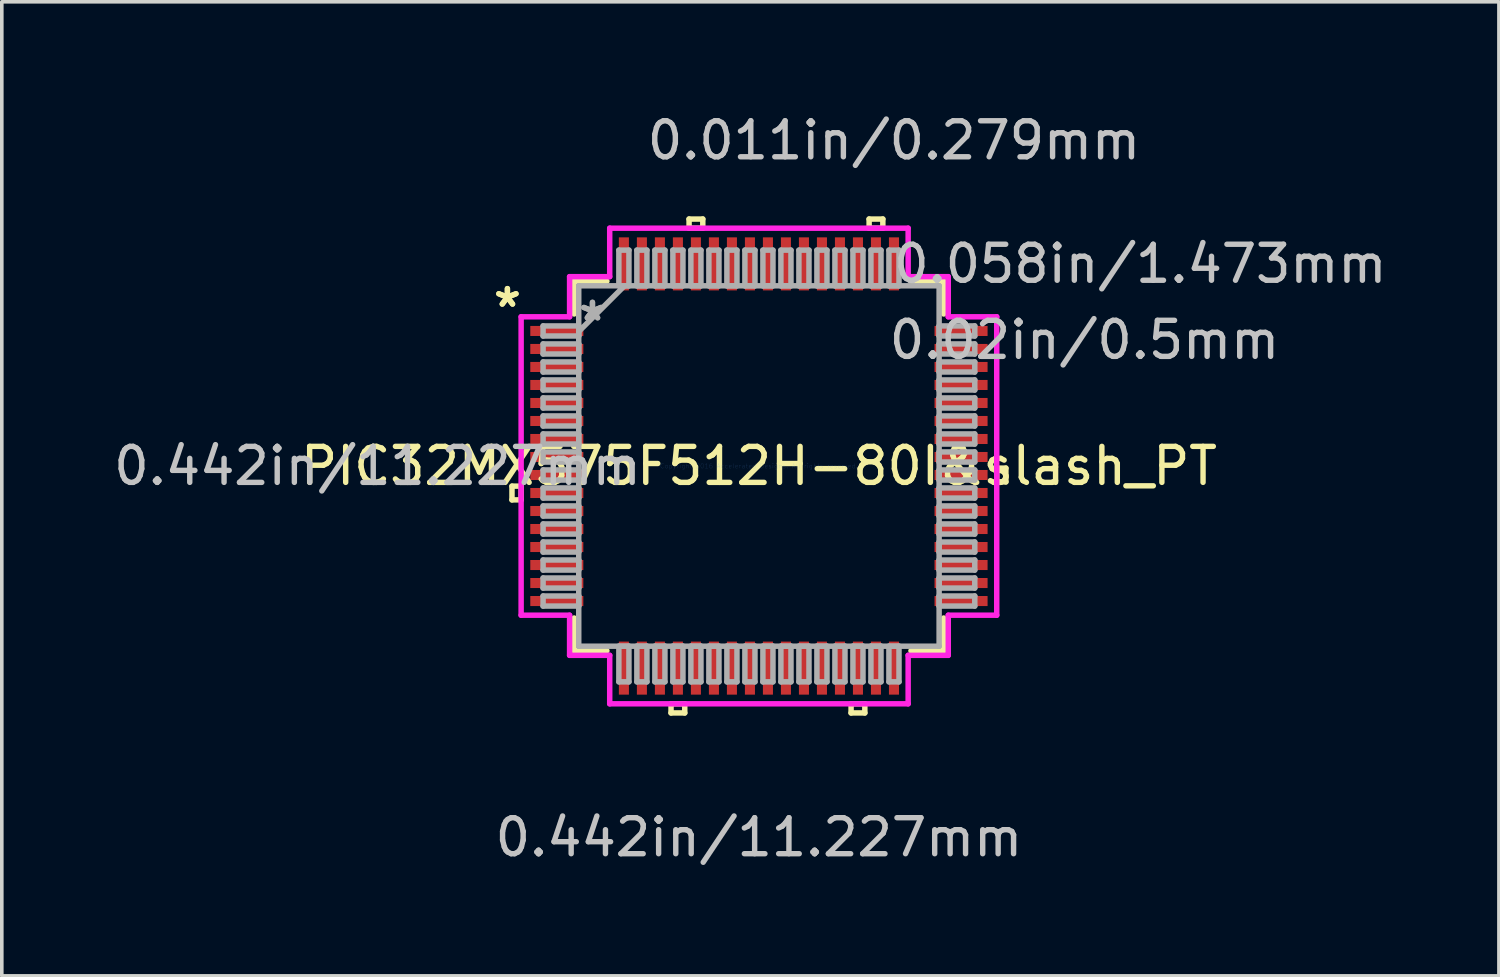
<source format=kicad_pcb>
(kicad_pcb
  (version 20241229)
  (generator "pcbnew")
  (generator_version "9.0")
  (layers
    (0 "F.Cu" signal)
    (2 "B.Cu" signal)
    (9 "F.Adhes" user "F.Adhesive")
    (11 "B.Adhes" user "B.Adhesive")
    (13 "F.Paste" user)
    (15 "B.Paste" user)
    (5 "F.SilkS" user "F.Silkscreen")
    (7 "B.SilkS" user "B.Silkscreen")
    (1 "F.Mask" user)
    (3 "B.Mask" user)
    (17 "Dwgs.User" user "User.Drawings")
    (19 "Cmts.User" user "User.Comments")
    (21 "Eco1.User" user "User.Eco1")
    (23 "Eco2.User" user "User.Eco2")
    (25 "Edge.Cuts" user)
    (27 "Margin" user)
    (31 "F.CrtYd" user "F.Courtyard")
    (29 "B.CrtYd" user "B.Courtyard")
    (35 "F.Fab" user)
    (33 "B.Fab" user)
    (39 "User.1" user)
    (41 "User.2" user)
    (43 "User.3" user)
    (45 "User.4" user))
  (footprint "PIC32MX575F512H-80I&slash_PT"
    (layer "F.Cu")
    (at 18.026 9.891)
    (property "Reference" "PIC32MX575F512H-80I&slash_PT" (at 0 0 0) (layer "F.SilkS") (effects (font (size 1 1) (thickness 0.15))))
    (attr through_hole)
    (fp_line (start -6.858 0.56) (end -6.858 0.941) (stroke (width 0.152) (type solid)) (layer "F.SilkS"))
    (fp_line (start -6.858 0.941) (end -6.604 0.941) (stroke (width 0.152) (type solid)) (layer "F.SilkS"))
    (fp_line (start -6.604 0.56) (end -6.858 0.56) (stroke (width 0.152) (type solid)) (layer "F.SilkS"))
    (fp_line (start -6.604 0.941) (end -6.604 0.56) (stroke (width 0.152) (type solid)) (layer "F.SilkS"))
    (fp_line (start -5.131 -5.131) (end -5.131 -4.222) (stroke (width 0.152) (type solid)) (layer "F.SilkS"))
    (fp_line (start -5.131 4.222) (end -5.131 5.131) (stroke (width 0.152) (type solid)) (layer "F.SilkS"))
    (fp_line (start -5.131 5.131) (end -4.222 5.131) (stroke (width 0.152) (type solid)) (layer "F.SilkS"))
    (fp_line (start -4.222 -5.131) (end -5.131 -5.131) (stroke (width 0.152) (type solid)) (layer "F.SilkS"))
    (fp_line (start -2.441 6.604) (end -2.441 6.858) (stroke (width 0.152) (type solid)) (layer "F.SilkS"))
    (fp_line (start -2.441 6.858) (end -2.06 6.858) (stroke (width 0.152) (type solid)) (layer "F.SilkS"))
    (fp_line (start -2.06 6.604) (end -2.441 6.604) (stroke (width 0.152) (type solid)) (layer "F.SilkS"))
    (fp_line (start -2.06 6.858) (end -2.06 6.604) (stroke (width 0.152) (type solid)) (layer "F.SilkS"))
    (fp_line (start -1.94 -6.858) (end -1.559 -6.858) (stroke (width 0.152) (type solid)) (layer "F.SilkS"))
    (fp_line (start -1.94 -6.604) (end -1.94 -6.858) (stroke (width 0.152) (type solid)) (layer "F.SilkS"))
    (fp_line (start -1.559 -6.858) (end -1.559 -6.604) (stroke (width 0.152) (type solid)) (layer "F.SilkS"))
    (fp_line (start -1.559 -6.604) (end -1.94 -6.604) (stroke (width 0.152) (type solid)) (layer "F.SilkS"))
    (fp_line (start 2.559 6.604) (end 2.559 6.858) (stroke (width 0.152) (type solid)) (layer "F.SilkS"))
    (fp_line (start 2.559 6.858) (end 2.941 6.858) (stroke (width 0.152) (type solid)) (layer "F.SilkS"))
    (fp_line (start 2.941 6.604) (end 2.559 6.604) (stroke (width 0.152) (type solid)) (layer "F.SilkS"))
    (fp_line (start 2.941 6.858) (end 2.941 6.604) (stroke (width 0.152) (type solid)) (layer "F.SilkS"))
    (fp_line (start 3.06 -6.858) (end 3.441 -6.858) (stroke (width 0.152) (type solid)) (layer "F.SilkS"))
    (fp_line (start 3.06 -6.604) (end 3.06 -6.858) (stroke (width 0.152) (type solid)) (layer "F.SilkS"))
    (fp_line (start 3.441 -6.858) (end 3.441 -6.604) (stroke (width 0.152) (type solid)) (layer "F.SilkS"))
    (fp_line (start 3.441 -6.604) (end 3.06 -6.604) (stroke (width 0.152) (type solid)) (layer "F.SilkS"))
    (fp_line (start 4.222 5.131) (end 5.131 5.131) (stroke (width 0.152) (type solid)) (layer "F.SilkS"))
    (fp_line (start 5.131 -5.131) (end 4.222 -5.131) (stroke (width 0.152) (type solid)) (layer "F.SilkS"))
    (fp_line (start 5.131 -4.222) (end 5.131 -5.131) (stroke (width 0.152) (type solid)) (layer "F.SilkS"))
    (fp_line (start 5.131 5.131) (end 5.131 4.222) (stroke (width 0.152) (type solid)) (layer "F.SilkS"))
    (fp_line (start 6.604 0.059) (end 6.858 0.059) (stroke (width 0.152) (type solid)) (layer "F.SilkS"))
    (fp_line (start 6.604 0.441) (end 6.604 0.059) (stroke (width 0.152) (type solid)) (layer "F.SilkS"))
    (fp_line (start 6.858 0.059) (end 6.858 0.441) (stroke (width 0.152) (type solid)) (layer "F.SilkS"))
    (fp_line (start 6.858 0.441) (end 6.604 0.441) (stroke (width 0.152) (type solid)) (layer "F.SilkS"))
    (fp_line (start -6.604 -4.144) (end -5.258 -4.144) (stroke (width 0.152) (type solid)) (layer "F.CrtYd"))
    (fp_line (start -6.604 4.144) (end -6.604 -4.144) (stroke (width 0.152) (type solid)) (layer "F.CrtYd"))
    (fp_line (start -5.258 -5.258) (end -4.144 -5.258) (stroke (width 0.152) (type solid)) (layer "F.CrtYd"))
    (fp_line (start -5.258 -4.144) (end -5.258 -5.258) (stroke (width 0.152) (type solid)) (layer "F.CrtYd"))
    (fp_line (start -5.258 4.144) (end -6.604 4.144) (stroke (width 0.152) (type solid)) (layer "F.CrtYd"))
    (fp_line (start -5.258 5.258) (end -5.258 4.144) (stroke (width 0.152) (type solid)) (layer "F.CrtYd"))
    (fp_line (start -4.144 -6.604) (end 4.144 -6.604) (stroke (width 0.152) (type solid)) (layer "F.CrtYd"))
    (fp_line (start -4.144 -5.258) (end -4.144 -6.604) (stroke (width 0.152) (type solid)) (layer "F.CrtYd"))
    (fp_line (start -4.144 5.258) (end -5.258 5.258) (stroke (width 0.152) (type solid)) (layer "F.CrtYd"))
    (fp_line (start -4.144 6.604) (end -4.144 5.258) (stroke (width 0.152) (type solid)) (layer "F.CrtYd"))
    (fp_line (start 4.144 -6.604) (end 4.144 -5.258) (stroke (width 0.152) (type solid)) (layer "F.CrtYd"))
    (fp_line (start 4.144 -5.258) (end 5.258 -5.258) (stroke (width 0.152) (type solid)) (layer "F.CrtYd"))
    (fp_line (start 4.144 5.258) (end 4.144 6.604) (stroke (width 0.152) (type solid)) (layer "F.CrtYd"))
    (fp_line (start 4.144 6.604) (end -4.144 6.604) (stroke (width 0.152) (type solid)) (layer "F.CrtYd"))
    (fp_line (start 5.258 -5.258) (end 5.258 -4.144) (stroke (width 0.152) (type solid)) (layer "F.CrtYd"))
    (fp_line (start 5.258 -4.144) (end 6.604 -4.144) (stroke (width 0.152) (type solid)) (layer "F.CrtYd"))
    (fp_line (start 5.258 4.144) (end 5.258 5.258) (stroke (width 0.152) (type solid)) (layer "F.CrtYd"))
    (fp_line (start 5.258 5.258) (end 4.144 5.258) (stroke (width 0.152) (type solid)) (layer "F.CrtYd"))
    (fp_line (start 6.604 -4.144) (end 6.604 4.144) (stroke (width 0.152) (type solid)) (layer "F.CrtYd"))
    (fp_line (start 6.604 4.144) (end 5.258 4.144) (stroke (width 0.152) (type solid)) (layer "F.CrtYd"))
    (fp_line (start -5.994 -3.89) (end -5.994 -3.61) (stroke (width 0.152) (type solid)) (layer "F.Fab"))
    (fp_line (start -5.994 -3.61) (end -5.004 -3.61) (stroke (width 0.152) (type solid)) (layer "F.Fab"))
    (fp_line (start -5.994 -3.39) (end -5.994 -3.11) (stroke (width 0.152) (type solid)) (layer "F.Fab"))
    (fp_line (start -5.994 -3.11) (end -5.004 -3.11) (stroke (width 0.152) (type solid)) (layer "F.Fab"))
    (fp_line (start -5.994 -2.89) (end -5.994 -2.61) (stroke (width 0.152) (type solid)) (layer "F.Fab"))
    (fp_line (start -5.994 -2.61) (end -5.004 -2.61) (stroke (width 0.152) (type solid)) (layer "F.Fab"))
    (fp_line (start -5.994 -2.39) (end -5.994 -2.11) (stroke (width 0.152) (type solid)) (layer "F.Fab"))
    (fp_line (start -5.994 -2.11) (end -5.004 -2.11) (stroke (width 0.152) (type solid)) (layer "F.Fab"))
    (fp_line (start -5.994 -1.89) (end -5.994 -1.61) (stroke (width 0.152) (type solid)) (layer "F.Fab"))
    (fp_line (start -5.994 -1.61) (end -5.004 -1.61) (stroke (width 0.152) (type solid)) (layer "F.Fab"))
    (fp_line (start -5.994 -1.39) (end -5.994 -1.11) (stroke (width 0.152) (type solid)) (layer "F.Fab"))
    (fp_line (start -5.994 -1.11) (end -5.004 -1.11) (stroke (width 0.152) (type solid)) (layer "F.Fab"))
    (fp_line (start -5.994 -0.89) (end -5.994 -0.61) (stroke (width 0.152) (type solid)) (layer "F.Fab"))
    (fp_line (start -5.994 -0.61) (end -5.004 -0.61) (stroke (width 0.152) (type solid)) (layer "F.Fab"))
    (fp_line (start -5.994 -0.39) (end -5.994 -0.11) (stroke (width 0.152) (type solid)) (layer "F.Fab"))
    (fp_line (start -5.994 -0.11) (end -5.004 -0.11) (stroke (width 0.152) (type solid)) (layer "F.Fab"))
    (fp_line (start -5.994 0.11) (end -5.994 0.39) (stroke (width 0.152) (type solid)) (layer "F.Fab"))
    (fp_line (start -5.994 0.39) (end -5.004 0.39) (stroke (width 0.152) (type solid)) (layer "F.Fab"))
    (fp_line (start -5.994 0.61) (end -5.994 0.89) (stroke (width 0.152) (type solid)) (layer "F.Fab"))
    (fp_line (start -5.994 0.89) (end -5.004 0.89) (stroke (width 0.152) (type solid)) (layer "F.Fab"))
    (fp_line (start -5.994 1.11) (end -5.994 1.39) (stroke (width 0.152) (type solid)) (layer "F.Fab"))
    (fp_line (start -5.994 1.39) (end -5.004 1.39) (stroke (width 0.152) (type solid)) (layer "F.Fab"))
    (fp_line (start -5.994 1.61) (end -5.994 1.89) (stroke (width 0.152) (type solid)) (layer "F.Fab"))
    (fp_line (start -5.994 1.89) (end -5.004 1.89) (stroke (width 0.152) (type solid)) (layer "F.Fab"))
    (fp_line (start -5.994 2.11) (end -5.994 2.39) (stroke (width 0.152) (type solid)) (layer "F.Fab"))
    (fp_line (start -5.994 2.39) (end -5.004 2.39) (stroke (width 0.152) (type solid)) (layer "F.Fab"))
    (fp_line (start -5.994 2.61) (end -5.994 2.89) (stroke (width 0.152) (type solid)) (layer "F.Fab"))
    (fp_line (start -5.994 2.89) (end -5.004 2.89) (stroke (width 0.152) (type solid)) (layer "F.Fab"))
    (fp_line (start -5.994 3.11) (end -5.994 3.39) (stroke (width 0.152) (type solid)) (layer "F.Fab"))
    (fp_line (start -5.994 3.39) (end -5.004 3.39) (stroke (width 0.152) (type solid)) (layer "F.Fab"))
    (fp_line (start -5.994 3.61) (end -5.994 3.89) (stroke (width 0.152) (type solid)) (layer "F.Fab"))
    (fp_line (start -5.994 3.89) (end -5.004 3.89) (stroke (width 0.152) (type solid)) (layer "F.Fab"))
    (fp_line (start -5.004 -5.004) (end -5.004 -5.004) (stroke (width 0.152) (type solid)) (layer "F.Fab"))
    (fp_line (start -5.004 -5.004) (end -5.004 5.004) (stroke (width 0.152) (type solid)) (layer "F.Fab"))
    (fp_line (start -5.004 -3.89) (end -5.994 -3.89) (stroke (width 0.152) (type solid)) (layer "F.Fab"))
    (fp_line (start -5.004 -3.734) (end -3.734 -5.004) (stroke (width 0.152) (type solid)) (layer "F.Fab"))
    (fp_line (start -5.004 -3.61) (end -5.004 -3.89) (stroke (width 0.152) (type solid)) (layer "F.Fab"))
    (fp_line (start -5.004 -3.39) (end -5.994 -3.39) (stroke (width 0.152) (type solid)) (layer "F.Fab"))
    (fp_line (start -5.004 -3.11) (end -5.004 -3.39) (stroke (width 0.152) (type solid)) (layer "F.Fab"))
    (fp_line (start -5.004 -2.89) (end -5.994 -2.89) (stroke (width 0.152) (type solid)) (layer "F.Fab"))
    (fp_line (start -5.004 -2.61) (end -5.004 -2.89) (stroke (width 0.152) (type solid)) (layer "F.Fab"))
    (fp_line (start -5.004 -2.39) (end -5.994 -2.39) (stroke (width 0.152) (type solid)) (layer "F.Fab"))
    (fp_line (start -5.004 -2.11) (end -5.004 -2.39) (stroke (width 0.152) (type solid)) (layer "F.Fab"))
    (fp_line (start -5.004 -1.89) (end -5.994 -1.89) (stroke (width 0.152) (type solid)) (layer "F.Fab"))
    (fp_line (start -5.004 -1.61) (end -5.004 -1.89) (stroke (width 0.152) (type solid)) (layer "F.Fab"))
    (fp_line (start -5.004 -1.39) (end -5.994 -1.39) (stroke (width 0.152) (type solid)) (layer "F.Fab"))
    (fp_line (start -5.004 -1.11) (end -5.004 -1.39) (stroke (width 0.152) (type solid)) (layer "F.Fab"))
    (fp_line (start -5.004 -0.89) (end -5.994 -0.89) (stroke (width 0.152) (type solid)) (layer "F.Fab"))
    (fp_line (start -5.004 -0.61) (end -5.004 -0.89) (stroke (width 0.152) (type solid)) (layer "F.Fab"))
    (fp_line (start -5.004 -0.39) (end -5.994 -0.39) (stroke (width 0.152) (type solid)) (layer "F.Fab"))
    (fp_line (start -5.004 -0.11) (end -5.004 -0.39) (stroke (width 0.152) (type solid)) (layer "F.Fab"))
    (fp_line (start -5.004 0.11) (end -5.994 0.11) (stroke (width 0.152) (type solid)) (layer "F.Fab"))
    (fp_line (start -5.004 0.39) (end -5.004 0.11) (stroke (width 0.152) (type solid)) (layer "F.Fab"))
    (fp_line (start -5.004 0.61) (end -5.994 0.61) (stroke (width 0.152) (type solid)) (layer "F.Fab"))
    (fp_line (start -5.004 0.89) (end -5.004 0.61) (stroke (width 0.152) (type solid)) (layer "F.Fab"))
    (fp_line (start -5.004 1.11) (end -5.994 1.11) (stroke (width 0.152) (type solid)) (layer "F.Fab"))
    (fp_line (start -5.004 1.39) (end -5.004 1.11) (stroke (width 0.152) (type solid)) (layer "F.Fab"))
    (fp_line (start -5.004 1.61) (end -5.994 1.61) (stroke (width 0.152) (type solid)) (layer "F.Fab"))
    (fp_line (start -5.004 1.89) (end -5.004 1.61) (stroke (width 0.152) (type solid)) (layer "F.Fab"))
    (fp_line (start -5.004 2.11) (end -5.994 2.11) (stroke (width 0.152) (type solid)) (layer "F.Fab"))
    (fp_line (start -5.004 2.39) (end -5.004 2.11) (stroke (width 0.152) (type solid)) (layer "F.Fab"))
    (fp_line (start -5.004 2.61) (end -5.994 2.61) (stroke (width 0.152) (type solid)) (layer "F.Fab"))
    (fp_line (start -5.004 2.89) (end -5.004 2.61) (stroke (width 0.152) (type solid)) (layer "F.Fab"))
    (fp_line (start -5.004 3.11) (end -5.994 3.11) (stroke (width 0.152) (type solid)) (layer "F.Fab"))
    (fp_line (start -5.004 3.39) (end -5.004 3.11) (stroke (width 0.152) (type solid)) (layer "F.Fab"))
    (fp_line (start -5.004 3.61) (end -5.994 3.61) (stroke (width 0.152) (type solid)) (layer "F.Fab"))
    (fp_line (start -5.004 3.89) (end -5.004 3.61) (stroke (width 0.152) (type solid)) (layer "F.Fab"))
    (fp_line (start -5.004 5.004) (end -5.004 5.004) (stroke (width 0.152) (type solid)) (layer "F.Fab"))
    (fp_line (start -5.004 5.004) (end 5.004 5.004) (stroke (width 0.152) (type solid)) (layer "F.Fab"))
    (fp_line (start -3.89 -5.994) (end -3.89 -5.004) (stroke (width 0.152) (type solid)) (layer "F.Fab"))
    (fp_line (start -3.89 -5.004) (end -3.61 -5.004) (stroke (width 0.152) (type solid)) (layer "F.Fab"))
    (fp_line (start -3.89 5.004) (end -3.89 5.994) (stroke (width 0.152) (type solid)) (layer "F.Fab"))
    (fp_line (start -3.89 5.994) (end -3.61 5.994) (stroke (width 0.152) (type solid)) (layer "F.Fab"))
    (fp_line (start -3.61 -5.994) (end -3.89 -5.994) (stroke (width 0.152) (type solid)) (layer "F.Fab"))
    (fp_line (start -3.61 -5.004) (end -3.61 -5.994) (stroke (width 0.152) (type solid)) (layer "F.Fab"))
    (fp_line (start -3.61 5.004) (end -3.89 5.004) (stroke (width 0.152) (type solid)) (layer "F.Fab"))
    (fp_line (start -3.61 5.994) (end -3.61 5.004) (stroke (width 0.152) (type solid)) (layer "F.Fab"))
    (fp_line (start -3.39 -5.994) (end -3.39 -5.004) (stroke (width 0.152) (type solid)) (layer "F.Fab"))
    (fp_line (start -3.39 -5.004) (end -3.11 -5.004) (stroke (width 0.152) (type solid)) (layer "F.Fab"))
    (fp_line (start -3.39 5.004) (end -3.39 5.994) (stroke (width 0.152) (type solid)) (layer "F.Fab"))
    (fp_line (start -3.39 5.994) (end -3.11 5.994) (stroke (width 0.152) (type solid)) (layer "F.Fab"))
    (fp_line (start -3.11 -5.994) (end -3.39 -5.994) (stroke (width 0.152) (type solid)) (layer "F.Fab"))
    (fp_line (start -3.11 -5.004) (end -3.11 -5.994) (stroke (width 0.152) (type solid)) (layer "F.Fab"))
    (fp_line (start -3.11 5.004) (end -3.39 5.004) (stroke (width 0.152) (type solid)) (layer "F.Fab"))
    (fp_line (start -3.11 5.994) (end -3.11 5.004) (stroke (width 0.152) (type solid)) (layer "F.Fab"))
    (fp_line (start -2.89 -5.994) (end -2.89 -5.004) (stroke (width 0.152) (type solid)) (layer "F.Fab"))
    (fp_line (start -2.89 -5.004) (end -2.61 -5.004) (stroke (width 0.152) (type solid)) (layer "F.Fab"))
    (fp_line (start -2.89 5.004) (end -2.89 5.994) (stroke (width 0.152) (type solid)) (layer "F.Fab"))
    (fp_line (start -2.89 5.994) (end -2.61 5.994) (stroke (width 0.152) (type solid)) (layer "F.Fab"))
    (fp_line (start -2.61 -5.994) (end -2.89 -5.994) (stroke (width 0.152) (type solid)) (layer "F.Fab"))
    (fp_line (start -2.61 -5.004) (end -2.61 -5.994) (stroke (width 0.152) (type solid)) (layer "F.Fab"))
    (fp_line (start -2.61 5.004) (end -2.89 5.004) (stroke (width 0.152) (type solid)) (layer "F.Fab"))
    (fp_line (start -2.61 5.994) (end -2.61 5.004) (stroke (width 0.152) (type solid)) (layer "F.Fab"))
    (fp_line (start -2.39 -5.994) (end -2.39 -5.004) (stroke (width 0.152) (type solid)) (layer "F.Fab"))
    (fp_line (start -2.39 -5.004) (end -2.11 -5.004) (stroke (width 0.152) (type solid)) (layer "F.Fab"))
    (fp_line (start -2.39 5.004) (end -2.39 5.994) (stroke (width 0.152) (type solid)) (layer "F.Fab"))
    (fp_line (start -2.39 5.994) (end -2.11 5.994) (stroke (width 0.152) (type solid)) (layer "F.Fab"))
    (fp_line (start -2.11 -5.994) (end -2.39 -5.994) (stroke (width 0.152) (type solid)) (layer "F.Fab"))
    (fp_line (start -2.11 -5.004) (end -2.11 -5.994) (stroke (width 0.152) (type solid)) (layer "F.Fab"))
    (fp_line (start -2.11 5.004) (end -2.39 5.004) (stroke (width 0.152) (type solid)) (layer "F.Fab"))
    (fp_line (start -2.11 5.994) (end -2.11 5.004) (stroke (width 0.152) (type solid)) (layer "F.Fab"))
    (fp_line (start -1.89 -5.994) (end -1.89 -5.004) (stroke (width 0.152) (type solid)) (layer "F.Fab"))
    (fp_line (start -1.89 -5.004) (end -1.61 -5.004) (stroke (width 0.152) (type solid)) (layer "F.Fab"))
    (fp_line (start -1.89 5.004) (end -1.89 5.994) (stroke (width 0.152) (type solid)) (layer "F.Fab"))
    (fp_line (start -1.89 5.994) (end -1.61 5.994) (stroke (width 0.152) (type solid)) (layer "F.Fab"))
    (fp_line (start -1.61 -5.994) (end -1.89 -5.994) (stroke (width 0.152) (type solid)) (layer "F.Fab"))
    (fp_line (start -1.61 -5.004) (end -1.61 -5.994) (stroke (width 0.152) (type solid)) (layer "F.Fab"))
    (fp_line (start -1.61 5.004) (end -1.89 5.004) (stroke (width 0.152) (type solid)) (layer "F.Fab"))
    (fp_line (start -1.61 5.994) (end -1.61 5.004) (stroke (width 0.152) (type solid)) (layer "F.Fab"))
    (fp_line (start -1.39 -5.994) (end -1.39 -5.004) (stroke (width 0.152) (type solid)) (layer "F.Fab"))
    (fp_line (start -1.39 -5.004) (end -1.11 -5.004) (stroke (width 0.152) (type solid)) (layer "F.Fab"))
    (fp_line (start -1.39 5.004) (end -1.39 5.994) (stroke (width 0.152) (type solid)) (layer "F.Fab"))
    (fp_line (start -1.39 5.994) (end -1.11 5.994) (stroke (width 0.152) (type solid)) (layer "F.Fab"))
    (fp_line (start -1.11 -5.994) (end -1.39 -5.994) (stroke (width 0.152) (type solid)) (layer "F.Fab"))
    (fp_line (start -1.11 -5.004) (end -1.11 -5.994) (stroke (width 0.152) (type solid)) (layer "F.Fab"))
    (fp_line (start -1.11 5.004) (end -1.39 5.004) (stroke (width 0.152) (type solid)) (layer "F.Fab"))
    (fp_line (start -1.11 5.994) (end -1.11 5.004) (stroke (width 0.152) (type solid)) (layer "F.Fab"))
    (fp_line (start -0.89 -5.994) (end -0.89 -5.004) (stroke (width 0.152) (type solid)) (layer "F.Fab"))
    (fp_line (start -0.89 -5.004) (end -0.61 -5.004) (stroke (width 0.152) (type solid)) (layer "F.Fab"))
    (fp_line (start -0.89 5.004) (end -0.89 5.994) (stroke (width 0.152) (type solid)) (layer "F.Fab"))
    (fp_line (start -0.89 5.994) (end -0.61 5.994) (stroke (width 0.152) (type solid)) (layer "F.Fab"))
    (fp_line (start -0.61 -5.994) (end -0.89 -5.994) (stroke (width 0.152) (type solid)) (layer "F.Fab"))
    (fp_line (start -0.61 -5.004) (end -0.61 -5.994) (stroke (width 0.152) (type solid)) (layer "F.Fab"))
    (fp_line (start -0.61 5.004) (end -0.89 5.004) (stroke (width 0.152) (type solid)) (layer "F.Fab"))
    (fp_line (start -0.61 5.994) (end -0.61 5.004) (stroke (width 0.152) (type solid)) (layer "F.Fab"))
    (fp_line (start -0.39 -5.994) (end -0.39 -5.004) (stroke (width 0.152) (type solid)) (layer "F.Fab"))
    (fp_line (start -0.39 -5.004) (end -0.11 -5.004) (stroke (width 0.152) (type solid)) (layer "F.Fab"))
    (fp_line (start -0.39 5.004) (end -0.39 5.994) (stroke (width 0.152) (type solid)) (layer "F.Fab"))
    (fp_line (start -0.39 5.994) (end -0.11 5.994) (stroke (width 0.152) (type solid)) (layer "F.Fab"))
    (fp_line (start -0.11 -5.994) (end -0.39 -5.994) (stroke (width 0.152) (type solid)) (layer "F.Fab"))
    (fp_line (start -0.11 -5.004) (end -0.11 -5.994) (stroke (width 0.152) (type solid)) (layer "F.Fab"))
    (fp_line (start -0.11 5.004) (end -0.39 5.004) (stroke (width 0.152) (type solid)) (layer "F.Fab"))
    (fp_line (start -0.11 5.994) (end -0.11 5.004) (stroke (width 0.152) (type solid)) (layer "F.Fab"))
    (fp_line (start 0.11 -5.994) (end 0.11 -5.004) (stroke (width 0.152) (type solid)) (layer "F.Fab"))
    (fp_line (start 0.11 -5.004) (end 0.39 -5.004) (stroke (width 0.152) (type solid)) (layer "F.Fab"))
    (fp_line (start 0.11 5.004) (end 0.11 5.994) (stroke (width 0.152) (type solid)) (layer "F.Fab"))
    (fp_line (start 0.11 5.994) (end 0.39 5.994) (stroke (width 0.152) (type solid)) (layer "F.Fab"))
    (fp_line (start 0.39 -5.994) (end 0.11 -5.994) (stroke (width 0.152) (type solid)) (layer "F.Fab"))
    (fp_line (start 0.39 -5.004) (end 0.39 -5.994) (stroke (width 0.152) (type solid)) (layer "F.Fab"))
    (fp_line (start 0.39 5.004) (end 0.11 5.004) (stroke (width 0.152) (type solid)) (layer "F.Fab"))
    (fp_line (start 0.39 5.994) (end 0.39 5.004) (stroke (width 0.152) (type solid)) (layer "F.Fab"))
    (fp_line (start 0.61 -5.994) (end 0.61 -5.004) (stroke (width 0.152) (type solid)) (layer "F.Fab"))
    (fp_line (start 0.61 -5.004) (end 0.89 -5.004) (stroke (width 0.152) (type solid)) (layer "F.Fab"))
    (fp_line (start 0.61 5.004) (end 0.61 5.994) (stroke (width 0.152) (type solid)) (layer "F.Fab"))
    (fp_line (start 0.61 5.994) (end 0.89 5.994) (stroke (width 0.152) (type solid)) (layer "F.Fab"))
    (fp_line (start 0.89 -5.994) (end 0.61 -5.994) (stroke (width 0.152) (type solid)) (layer "F.Fab"))
    (fp_line (start 0.89 -5.004) (end 0.89 -5.994) (stroke (width 0.152) (type solid)) (layer "F.Fab"))
    (fp_line (start 0.89 5.004) (end 0.61 5.004) (stroke (width 0.152) (type solid)) (layer "F.Fab"))
    (fp_line (start 0.89 5.994) (end 0.89 5.004) (stroke (width 0.152) (type solid)) (layer "F.Fab"))
    (fp_line (start 1.11 -5.994) (end 1.11 -5.004) (stroke (width 0.152) (type solid)) (layer "F.Fab"))
    (fp_line (start 1.11 -5.004) (end 1.39 -5.004) (stroke (width 0.152) (type solid)) (layer "F.Fab"))
    (fp_line (start 1.11 5.004) (end 1.11 5.994) (stroke (width 0.152) (type solid)) (layer "F.Fab"))
    (fp_line (start 1.11 5.994) (end 1.39 5.994) (stroke (width 0.152) (type solid)) (layer "F.Fab"))
    (fp_line (start 1.39 -5.994) (end 1.11 -5.994) (stroke (width 0.152) (type solid)) (layer "F.Fab"))
    (fp_line (start 1.39 -5.004) (end 1.39 -5.994) (stroke (width 0.152) (type solid)) (layer "F.Fab"))
    (fp_line (start 1.39 5.004) (end 1.11 5.004) (stroke (width 0.152) (type solid)) (layer "F.Fab"))
    (fp_line (start 1.39 5.994) (end 1.39 5.004) (stroke (width 0.152) (type solid)) (layer "F.Fab"))
    (fp_line (start 1.61 -5.994) (end 1.61 -5.004) (stroke (width 0.152) (type solid)) (layer "F.Fab"))
    (fp_line (start 1.61 -5.004) (end 1.89 -5.004) (stroke (width 0.152) (type solid)) (layer "F.Fab"))
    (fp_line (start 1.61 5.004) (end 1.61 5.994) (stroke (width 0.152) (type solid)) (layer "F.Fab"))
    (fp_line (start 1.61 5.994) (end 1.89 5.994) (stroke (width 0.152) (type solid)) (layer "F.Fab"))
    (fp_line (start 1.89 -5.994) (end 1.61 -5.994) (stroke (width 0.152) (type solid)) (layer "F.Fab"))
    (fp_line (start 1.89 -5.004) (end 1.89 -5.994) (stroke (width 0.152) (type solid)) (layer "F.Fab"))
    (fp_line (start 1.89 5.004) (end 1.61 5.004) (stroke (width 0.152) (type solid)) (layer "F.Fab"))
    (fp_line (start 1.89 5.994) (end 1.89 5.004) (stroke (width 0.152) (type solid)) (layer "F.Fab"))
    (fp_line (start 2.11 -5.994) (end 2.11 -5.004) (stroke (width 0.152) (type solid)) (layer "F.Fab"))
    (fp_line (start 2.11 -5.004) (end 2.39 -5.004) (stroke (width 0.152) (type solid)) (layer "F.Fab"))
    (fp_line (start 2.11 5.004) (end 2.11 5.994) (stroke (width 0.152) (type solid)) (layer "F.Fab"))
    (fp_line (start 2.11 5.994) (end 2.39 5.994) (stroke (width 0.152) (type solid)) (layer "F.Fab"))
    (fp_line (start 2.39 -5.994) (end 2.11 -5.994) (stroke (width 0.152) (type solid)) (layer "F.Fab"))
    (fp_line (start 2.39 -5.004) (end 2.39 -5.994) (stroke (width 0.152) (type solid)) (layer "F.Fab"))
    (fp_line (start 2.39 5.004) (end 2.11 5.004) (stroke (width 0.152) (type solid)) (layer "F.Fab"))
    (fp_line (start 2.39 5.994) (end 2.39 5.004) (stroke (width 0.152) (type solid)) (layer "F.Fab"))
    (fp_line (start 2.61 -5.994) (end 2.61 -5.004) (stroke (width 0.152) (type solid)) (layer "F.Fab"))
    (fp_line (start 2.61 -5.004) (end 2.89 -5.004) (stroke (width 0.152) (type solid)) (layer "F.Fab"))
    (fp_line (start 2.61 5.004) (end 2.61 5.994) (stroke (width 0.152) (type solid)) (layer "F.Fab"))
    (fp_line (start 2.61 5.994) (end 2.89 5.994) (stroke (width 0.152) (type solid)) (layer "F.Fab"))
    (fp_line (start 2.89 -5.994) (end 2.61 -5.994) (stroke (width 0.152) (type solid)) (layer "F.Fab"))
    (fp_line (start 2.89 -5.004) (end 2.89 -5.994) (stroke (width 0.152) (type solid)) (layer "F.Fab"))
    (fp_line (start 2.89 5.004) (end 2.61 5.004) (stroke (width 0.152) (type solid)) (layer "F.Fab"))
    (fp_line (start 2.89 5.994) (end 2.89 5.004) (stroke (width 0.152) (type solid)) (layer "F.Fab"))
    (fp_line (start 3.11 -5.994) (end 3.11 -5.004) (stroke (width 0.152) (type solid)) (layer "F.Fab"))
    (fp_line (start 3.11 -5.004) (end 3.39 -5.004) (stroke (width 0.152) (type solid)) (layer "F.Fab"))
    (fp_line (start 3.11 5.004) (end 3.11 5.994) (stroke (width 0.152) (type solid)) (layer "F.Fab"))
    (fp_line (start 3.11 5.994) (end 3.39 5.994) (stroke (width 0.152) (type solid)) (layer "F.Fab"))
    (fp_line (start 3.39 -5.994) (end 3.11 -5.994) (stroke (width 0.152) (type solid)) (layer "F.Fab"))
    (fp_line (start 3.39 -5.004) (end 3.39 -5.994) (stroke (width 0.152) (type solid)) (layer "F.Fab"))
    (fp_line (start 3.39 5.004) (end 3.11 5.004) (stroke (width 0.152) (type solid)) (layer "F.Fab"))
    (fp_line (start 3.39 5.994) (end 3.39 5.004) (stroke (width 0.152) (type solid)) (layer "F.Fab"))
    (fp_line (start 3.61 -5.994) (end 3.61 -5.004) (stroke (width 0.152) (type solid)) (layer "F.Fab"))
    (fp_line (start 3.61 -5.004) (end 3.89 -5.004) (stroke (width 0.152) (type solid)) (layer "F.Fab"))
    (fp_line (start 3.61 5.004) (end 3.61 5.994) (stroke (width 0.152) (type solid)) (layer "F.Fab"))
    (fp_line (start 3.61 5.994) (end 3.89 5.994) (stroke (width 0.152) (type solid)) (layer "F.Fab"))
    (fp_line (start 3.89 -5.994) (end 3.61 -5.994) (stroke (width 0.152) (type solid)) (layer "F.Fab"))
    (fp_line (start 3.89 -5.004) (end 3.89 -5.994) (stroke (width 0.152) (type solid)) (layer "F.Fab"))
    (fp_line (start 3.89 5.004) (end 3.61 5.004) (stroke (width 0.152) (type solid)) (layer "F.Fab"))
    (fp_line (start 3.89 5.994) (end 3.89 5.004) (stroke (width 0.152) (type solid)) (layer "F.Fab"))
    (fp_line (start 5.004 -5.004) (end -5.004 -5.004) (stroke (width 0.152) (type solid)) (layer "F.Fab"))
    (fp_line (start 5.004 -5.004) (end 5.004 -5.004) (stroke (width 0.152) (type solid)) (layer "F.Fab"))
    (fp_line (start 5.004 -3.89) (end 5.004 -3.61) (stroke (width 0.152) (type solid)) (layer "F.Fab"))
    (fp_line (start 5.004 -3.61) (end 5.994 -3.61) (stroke (width 0.152) (type solid)) (layer "F.Fab"))
    (fp_line (start 5.004 -3.39) (end 5.004 -3.11) (stroke (width 0.152) (type solid)) (layer "F.Fab"))
    (fp_line (start 5.004 -3.11) (end 5.994 -3.11) (stroke (width 0.152) (type solid)) (layer "F.Fab"))
    (fp_line (start 5.004 -2.89) (end 5.004 -2.61) (stroke (width 0.152) (type solid)) (layer "F.Fab"))
    (fp_line (start 5.004 -2.61) (end 5.994 -2.61) (stroke (width 0.152) (type solid)) (layer "F.Fab"))
    (fp_line (start 5.004 -2.39) (end 5.004 -2.11) (stroke (width 0.152) (type solid)) (layer "F.Fab"))
    (fp_line (start 5.004 -2.11) (end 5.994 -2.11) (stroke (width 0.152) (type solid)) (layer "F.Fab"))
    (fp_line (start 5.004 -1.89) (end 5.004 -1.61) (stroke (width 0.152) (type solid)) (layer "F.Fab"))
    (fp_line (start 5.004 -1.61) (end 5.994 -1.61) (stroke (width 0.152) (type solid)) (layer "F.Fab"))
    (fp_line (start 5.004 -1.39) (end 5.004 -1.11) (stroke (width 0.152) (type solid)) (layer "F.Fab"))
    (fp_line (start 5.004 -1.11) (end 5.994 -1.11) (stroke (width 0.152) (type solid)) (layer "F.Fab"))
    (fp_line (start 5.004 -0.89) (end 5.004 -0.61) (stroke (width 0.152) (type solid)) (layer "F.Fab"))
    (fp_line (start 5.004 -0.61) (end 5.994 -0.61) (stroke (width 0.152) (type solid)) (layer "F.Fab"))
    (fp_line (start 5.004 -0.39) (end 5.004 -0.11) (stroke (width 0.152) (type solid)) (layer "F.Fab"))
    (fp_line (start 5.004 -0.11) (end 5.994 -0.11) (stroke (width 0.152) (type solid)) (layer "F.Fab"))
    (fp_line (start 5.004 0.11) (end 5.004 0.39) (stroke (width 0.152) (type solid)) (layer "F.Fab"))
    (fp_line (start 5.004 0.39) (end 5.994 0.39) (stroke (width 0.152) (type solid)) (layer "F.Fab"))
    (fp_line (start 5.004 0.61) (end 5.004 0.89) (stroke (width 0.152) (type solid)) (layer "F.Fab"))
    (fp_line (start 5.004 0.89) (end 5.994 0.89) (stroke (width 0.152) (type solid)) (layer "F.Fab"))
    (fp_line (start 5.004 1.11) (end 5.004 1.39) (stroke (width 0.152) (type solid)) (layer "F.Fab"))
    (fp_line (start 5.004 1.39) (end 5.994 1.39) (stroke (width 0.152) (type solid)) (layer "F.Fab"))
    (fp_line (start 5.004 1.61) (end 5.004 1.89) (stroke (width 0.152) (type solid)) (layer "F.Fab"))
    (fp_line (start 5.004 1.89) (end 5.994 1.89) (stroke (width 0.152) (type solid)) (layer "F.Fab"))
    (fp_line (start 5.004 2.11) (end 5.004 2.39) (stroke (width 0.152) (type solid)) (layer "F.Fab"))
    (fp_line (start 5.004 2.39) (end 5.994 2.39) (stroke (width 0.152) (type solid)) (layer "F.Fab"))
    (fp_line (start 5.004 2.61) (end 5.004 2.89) (stroke (width 0.152) (type solid)) (layer "F.Fab"))
    (fp_line (start 5.004 2.89) (end 5.994 2.89) (stroke (width 0.152) (type solid)) (layer "F.Fab"))
    (fp_line (start 5.004 3.11) (end 5.004 3.39) (stroke (width 0.152) (type solid)) (layer "F.Fab"))
    (fp_line (start 5.004 3.39) (end 5.994 3.39) (stroke (width 0.152) (type solid)) (layer "F.Fab"))
    (fp_line (start 5.004 3.61) (end 5.004 3.89) (stroke (width 0.152) (type solid)) (layer "F.Fab"))
    (fp_line (start 5.004 3.89) (end 5.994 3.89) (stroke (width 0.152) (type solid)) (layer "F.Fab"))
    (fp_line (start 5.004 5.004) (end 5.004 -5.004) (stroke (width 0.152) (type solid)) (layer "F.Fab"))
    (fp_line (start 5.004 5.004) (end 5.004 5.004) (stroke (width 0.152) (type solid)) (layer "F.Fab"))
    (fp_line (start 5.994 -3.89) (end 5.004 -3.89) (stroke (width 0.152) (type solid)) (layer "F.Fab"))
    (fp_line (start 5.994 -3.61) (end 5.994 -3.89) (stroke (width 0.152) (type solid)) (layer "F.Fab"))
    (fp_line (start 5.994 -3.39) (end 5.004 -3.39) (stroke (width 0.152) (type solid)) (layer "F.Fab"))
    (fp_line (start 5.994 -3.11) (end 5.994 -3.39) (stroke (width 0.152) (type solid)) (layer "F.Fab"))
    (fp_line (start 5.994 -2.89) (end 5.004 -2.89) (stroke (width 0.152) (type solid)) (layer "F.Fab"))
    (fp_line (start 5.994 -2.61) (end 5.994 -2.89) (stroke (width 0.152) (type solid)) (layer "F.Fab"))
    (fp_line (start 5.994 -2.39) (end 5.004 -2.39) (stroke (width 0.152) (type solid)) (layer "F.Fab"))
    (fp_line (start 5.994 -2.11) (end 5.994 -2.39) (stroke (width 0.152) (type solid)) (layer "F.Fab"))
    (fp_line (start 5.994 -1.89) (end 5.004 -1.89) (stroke (width 0.152) (type solid)) (layer "F.Fab"))
    (fp_line (start 5.994 -1.61) (end 5.994 -1.89) (stroke (width 0.152) (type solid)) (layer "F.Fab"))
    (fp_line (start 5.994 -1.39) (end 5.004 -1.39) (stroke (width 0.152) (type solid)) (layer "F.Fab"))
    (fp_line (start 5.994 -1.11) (end 5.994 -1.39) (stroke (width 0.152) (type solid)) (layer "F.Fab"))
    (fp_line (start 5.994 -0.89) (end 5.004 -0.89) (stroke (width 0.152) (type solid)) (layer "F.Fab"))
    (fp_line (start 5.994 -0.61) (end 5.994 -0.89) (stroke (width 0.152) (type solid)) (layer "F.Fab"))
    (fp_line (start 5.994 -0.39) (end 5.004 -0.39) (stroke (width 0.152) (type solid)) (layer "F.Fab"))
    (fp_line (start 5.994 -0.11) (end 5.994 -0.39) (stroke (width 0.152) (type solid)) (layer "F.Fab"))
    (fp_line (start 5.994 0.11) (end 5.004 0.11) (stroke (width 0.152) (type solid)) (layer "F.Fab"))
    (fp_line (start 5.994 0.39) (end 5.994 0.11) (stroke (width 0.152) (type solid)) (layer "F.Fab"))
    (fp_line (start 5.994 0.61) (end 5.004 0.61) (stroke (width 0.152) (type solid)) (layer "F.Fab"))
    (fp_line (start 5.994 0.89) (end 5.994 0.61) (stroke (width 0.152) (type solid)) (layer "F.Fab"))
    (fp_line (start 5.994 1.11) (end 5.004 1.11) (stroke (width 0.152) (type solid)) (layer "F.Fab"))
    (fp_line (start 5.994 1.39) (end 5.994 1.11) (stroke (width 0.152) (type solid)) (layer "F.Fab"))
    (fp_line (start 5.994 1.61) (end 5.004 1.61) (stroke (width 0.152) (type solid)) (layer "F.Fab"))
    (fp_line (start 5.994 1.89) (end 5.994 1.61) (stroke (width 0.152) (type solid)) (layer "F.Fab"))
    (fp_line (start 5.994 2.11) (end 5.004 2.11) (stroke (width 0.152) (type solid)) (layer "F.Fab"))
    (fp_line (start 5.994 2.39) (end 5.994 2.11) (stroke (width 0.152) (type solid)) (layer "F.Fab"))
    (fp_line (start 5.994 2.61) (end 5.004 2.61) (stroke (width 0.152) (type solid)) (layer "F.Fab"))
    (fp_line (start 5.994 2.89) (end 5.994 2.61) (stroke (width 0.152) (type solid)) (layer "F.Fab"))
    (fp_line (start 5.994 3.11) (end 5.004 3.11) (stroke (width 0.152) (type solid)) (layer "F.Fab"))
    (fp_line (start 5.994 3.39) (end 5.994 3.11) (stroke (width 0.152) (type solid)) (layer "F.Fab"))
    (fp_line (start 5.994 3.61) (end 5.004 3.61) (stroke (width 0.152) (type solid)) (layer "F.Fab"))
    (fp_line (start 5.994 3.89) (end 5.994 3.61) (stroke (width 0.152) (type solid)) (layer "F.Fab"))
    (fp_text user "*" (at -6.985 -4.381 0) (layer "F.SilkS") (effects (font (size 1 1) (thickness 0.15))))
    (fp_text user "*" (at -6.985 -4.381 0) (layer "F.SilkS") (effects (font (size 1 1) (thickness 0.15))))
    (fp_text user "0.442in/11.227mm" (at 0 10.312 0) (layer "Dwgs.User") (effects (font (size 1 1) (thickness 0.15))))
    (fp_text user "0.02in/0.5mm" (at 9.042 -3.5 0) (layer "Dwgs.User") (effects (font (size 1 1) (thickness 0.15))))
    (fp_text user "0.442in/11.227mm" (at -10.592 0 0) (layer "Dwgs.User") (effects (font (size 1 1) (thickness 0.15))))
    (fp_text user "0.058in/1.473mm" (at 10.592 -5.613 0) (layer "Dwgs.User") (effects (font (size 1 1) (thickness 0.15))))
    (fp_text user "0.011in/0.279mm" (at 3.75 -9.042 0) (layer "Dwgs.User") (effects (font (size 1 1) (thickness 0.15))))
    (fp_text user "Copyright 2016 Accelerated Designs. All rights reserved." (at 0 0 0) (layer "Cmts.User") (effects (font (size 0.127 0.127) (thickness 0.002))))
    (fp_text user "*" (at -4.623 -4 0) (layer "F.Fab") (effects (font (size 1 1) (thickness 0.15))))
    (fp_text user "*" (at -4.623 -4 0) (layer "F.Fab") (effects (font (size 1 1) (thickness 0.15))))
    (pad "1" smd rect (at -5.613 -3.75 90) (size 0.279 1.473) (layers "F.Cu" "F.Mask" "F.Paste"))
    (pad "2" smd rect (at -5.613 -3.25 90) (size 0.279 1.473) (layers "F.Cu" "F.Mask" "F.Paste"))
    (pad "3" smd rect (at -5.613 -2.75 90) (size 0.279 1.473) (layers "F.Cu" "F.Mask" "F.Paste"))
    (pad "4" smd rect (at -5.613 -2.25 90) (size 0.279 1.473) (layers "F.Cu" "F.Mask" "F.Paste"))
    (pad "5" smd rect (at -5.613 -1.75 90) (size 0.279 1.473) (layers "F.Cu" "F.Mask" "F.Paste"))
    (pad "6" smd rect (at -5.613 -1.25 90) (size 0.279 1.473) (layers "F.Cu" "F.Mask" "F.Paste"))
    (pad "7" smd rect (at -5.613 -0.75 90) (size 0.279 1.473) (layers "F.Cu" "F.Mask" "F.Paste"))
    (pad "8" smd rect (at -5.613 -0.25 90) (size 0.279 1.473) (layers "F.Cu" "F.Mask" "F.Paste"))
    (pad "9" smd rect (at -5.613 0.25 90) (size 0.279 1.473) (layers "F.Cu" "F.Mask" "F.Paste"))
    (pad "10" smd rect (at -5.613 0.75 90) (size 0.279 1.473) (layers "F.Cu" "F.Mask" "F.Paste"))
    (pad "11" smd rect (at -5.613 1.25 90) (size 0.279 1.473) (layers "F.Cu" "F.Mask" "F.Paste"))
    (pad "12" smd rect (at -5.613 1.75 90) (size 0.279 1.473) (layers "F.Cu" "F.Mask" "F.Paste"))
    (pad "13" smd rect (at -5.613 2.25 90) (size 0.279 1.473) (layers "F.Cu" "F.Mask" "F.Paste"))
    (pad "14" smd rect (at -5.613 2.75 90) (size 0.279 1.473) (layers "F.Cu" "F.Mask" "F.Paste"))
    (pad "15" smd rect (at -5.613 3.25 90) (size 0.279 1.473) (layers "F.Cu" "F.Mask" "F.Paste"))
    (pad "16" smd rect (at -5.613 3.75 90) (size 0.279 1.473) (layers "F.Cu" "F.Mask" "F.Paste"))
    (pad "17" smd rect (at -3.75 5.613) (size 0.279 1.473) (layers "F.Cu" "F.Mask" "F.Paste"))
    (pad "18" smd rect (at -3.25 5.613) (size 0.279 1.473) (layers "F.Cu" "F.Mask" "F.Paste"))
    (pad "19" smd rect (at -2.75 5.613) (size 0.279 1.473) (layers "F.Cu" "F.Mask" "F.Paste"))
    (pad "20" smd rect (at -2.25 5.613) (size 0.279 1.473) (layers "F.Cu" "F.Mask" "F.Paste"))
    (pad "21" smd rect (at -1.75 5.613) (size 0.279 1.473) (layers "F.Cu" "F.Mask" "F.Paste"))
    (pad "22" smd rect (at -1.25 5.613) (size 0.279 1.473) (layers "F.Cu" "F.Mask" "F.Paste"))
    (pad "23" smd rect (at -0.75 5.613) (size 0.279 1.473) (layers "F.Cu" "F.Mask" "F.Paste"))
    (pad "24" smd rect (at -0.25 5.613) (size 0.279 1.473) (layers "F.Cu" "F.Mask" "F.Paste"))
    (pad "25" smd rect (at 0.25 5.613) (size 0.279 1.473) (layers "F.Cu" "F.Mask" "F.Paste"))
    (pad "26" smd rect (at 0.75 5.613) (size 0.279 1.473) (layers "F.Cu" "F.Mask" "F.Paste"))
    (pad "27" smd rect (at 1.25 5.613) (size 0.279 1.473) (layers "F.Cu" "F.Mask" "F.Paste"))
    (pad "28" smd rect (at 1.75 5.613) (size 0.279 1.473) (layers "F.Cu" "F.Mask" "F.Paste"))
    (pad "29" smd rect (at 2.25 5.613) (size 0.279 1.473) (layers "F.Cu" "F.Mask" "F.Paste"))
    (pad "30" smd rect (at 2.75 5.613) (size 0.279 1.473) (layers "F.Cu" "F.Mask" "F.Paste"))
    (pad "31" smd rect (at 3.25 5.613) (size 0.279 1.473) (layers "F.Cu" "F.Mask" "F.Paste"))
    (pad "32" smd rect (at 3.75 5.613) (size 0.279 1.473) (layers "F.Cu" "F.Mask" "F.Paste"))
    (pad "33" smd rect (at 5.613 3.75 90) (size 0.279 1.473) (layers "F.Cu" "F.Mask" "F.Paste"))
    (pad "34" smd rect (at 5.613 3.25 90) (size 0.279 1.473) (layers "F.Cu" "F.Mask" "F.Paste"))
    (pad "35" smd rect (at 5.613 2.75 90) (size 0.279 1.473) (layers "F.Cu" "F.Mask" "F.Paste"))
    (pad "36" smd rect (at 5.613 2.25 90) (size 0.279 1.473) (layers "F.Cu" "F.Mask" "F.Paste"))
    (pad "37" smd rect (at 5.613 1.75 90) (size 0.279 1.473) (layers "F.Cu" "F.Mask" "F.Paste"))
    (pad "38" smd rect (at 5.613 1.25 90) (size 0.279 1.473) (layers "F.Cu" "F.Mask" "F.Paste"))
    (pad "39" smd rect (at 5.613 0.75 90) (size 0.279 1.473) (layers "F.Cu" "F.Mask" "F.Paste"))
    (pad "40" smd rect (at 5.613 0.25 90) (size 0.279 1.473) (layers "F.Cu" "F.Mask" "F.Paste"))
    (pad "41" smd rect (at 5.613 -0.25 90) (size 0.279 1.473) (layers "F.Cu" "F.Mask" "F.Paste"))
    (pad "42" smd rect (at 5.613 -0.75 90) (size 0.279 1.473) (layers "F.Cu" "F.Mask" "F.Paste"))
    (pad "43" smd rect (at 5.613 -1.25 90) (size 0.279 1.473) (layers "F.Cu" "F.Mask" "F.Paste"))
    (pad "44" smd rect (at 5.613 -1.75 90) (size 0.279 1.473) (layers "F.Cu" "F.Mask" "F.Paste"))
    (pad "45" smd rect (at 5.613 -2.25 90) (size 0.279 1.473) (layers "F.Cu" "F.Mask" "F.Paste"))
    (pad "46" smd rect (at 5.613 -2.75 90) (size 0.279 1.473) (layers "F.Cu" "F.Mask" "F.Paste"))
    (pad "47" smd rect (at 5.613 -3.25 90) (size 0.279 1.473) (layers "F.Cu" "F.Mask" "F.Paste"))
    (pad "48" smd rect (at 5.613 -3.75 90) (size 0.279 1.473) (layers "F.Cu" "F.Mask" "F.Paste"))
    (pad "49" smd rect (at 3.75 -5.613) (size 0.279 1.473) (layers "F.Cu" "F.Mask" "F.Paste"))
    (pad "50" smd rect (at 3.25 -5.613) (size 0.279 1.473) (layers "F.Cu" "F.Mask" "F.Paste"))
    (pad "51" smd rect (at 2.75 -5.613) (size 0.279 1.473) (layers "F.Cu" "F.Mask" "F.Paste"))
    (pad "52" smd rect (at 2.25 -5.613) (size 0.279 1.473) (layers "F.Cu" "F.Mask" "F.Paste"))
    (pad "53" smd rect (at 1.75 -5.613) (size 0.279 1.473) (layers "F.Cu" "F.Mask" "F.Paste"))
    (pad "54" smd rect (at 1.25 -5.613) (size 0.279 1.473) (layers "F.Cu" "F.Mask" "F.Paste"))
    (pad "55" smd rect (at 0.75 -5.613) (size 0.279 1.473) (layers "F.Cu" "F.Mask" "F.Paste"))
    (pad "56" smd rect (at 0.25 -5.613) (size 0.279 1.473) (layers "F.Cu" "F.Mask" "F.Paste"))
    (pad "57" smd rect (at -0.25 -5.613) (size 0.279 1.473) (layers "F.Cu" "F.Mask" "F.Paste"))
    (pad "58" smd rect (at -0.75 -5.613) (size 0.279 1.473) (layers "F.Cu" "F.Mask" "F.Paste"))
    (pad "59" smd rect (at -1.25 -5.613) (size 0.279 1.473) (layers "F.Cu" "F.Mask" "F.Paste"))
    (pad "60" smd rect (at -1.75 -5.613) (size 0.279 1.473) (layers "F.Cu" "F.Mask" "F.Paste"))
    (pad "61" smd rect (at -2.25 -5.613) (size 0.279 1.473) (layers "F.Cu" "F.Mask" "F.Paste"))
    (pad "62" smd rect (at -2.75 -5.613) (size 0.279 1.473) (layers "F.Cu" "F.Mask" "F.Paste"))
    (pad "63" smd rect (at -3.25 -5.613) (size 0.279 1.473) (layers "F.Cu" "F.Mask" "F.Paste"))
    (pad "64" smd rect (at -3.75 -5.613) (size 0.279 1.473) (layers "F.Cu" "F.Mask" "F.Paste")))
  (gr_rect
    (start -3 -3)
    (end 38.576 24.051)
    (stroke (width 0.1) (type default))
    (fill no)
    (layer "Edge.Cuts")))
</source>
